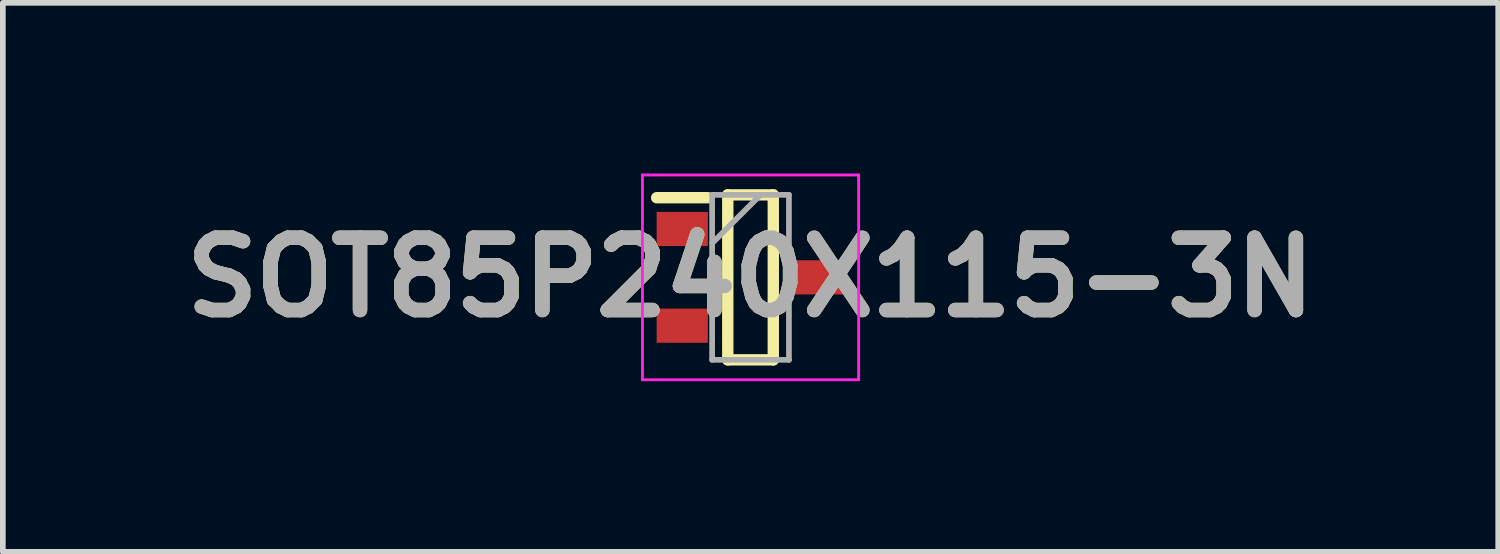
<source format=kicad_pcb>
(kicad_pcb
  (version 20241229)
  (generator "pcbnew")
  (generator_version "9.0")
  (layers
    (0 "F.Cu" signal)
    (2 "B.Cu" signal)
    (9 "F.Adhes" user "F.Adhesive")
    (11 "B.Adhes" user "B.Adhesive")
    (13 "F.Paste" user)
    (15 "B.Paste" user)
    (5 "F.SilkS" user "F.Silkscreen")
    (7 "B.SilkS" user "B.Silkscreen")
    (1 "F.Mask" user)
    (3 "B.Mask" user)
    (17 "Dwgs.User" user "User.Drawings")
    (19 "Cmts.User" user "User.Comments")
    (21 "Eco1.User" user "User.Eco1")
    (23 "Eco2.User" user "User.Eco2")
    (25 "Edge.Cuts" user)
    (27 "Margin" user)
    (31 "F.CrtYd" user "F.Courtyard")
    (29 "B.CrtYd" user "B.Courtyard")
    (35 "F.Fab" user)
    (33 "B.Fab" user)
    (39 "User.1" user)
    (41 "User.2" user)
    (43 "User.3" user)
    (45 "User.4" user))
  (footprint "SOT85P240X115-3N"
    (layer "F.Cu")
    (at 10.142 1.825)
    (property "Reference" "SOT85P240X115-3N" (at 0 0 0) (layer "F.SilkS") (effects (font (size 1.27 1.27) (thickness 0.254))))
    (attr smd)
    (fp_line (start -1.65 -1.4) (end -0.75 -1.4) (stroke (width 0.2) (type solid)) (layer "F.SilkS"))
    (fp_line (start -0.4 -1.45) (end 0.4 -1.45) (stroke (width 0.2) (type solid)) (layer "F.SilkS"))
    (fp_line (start -0.4 1.45) (end -0.4 -1.45) (stroke (width 0.2) (type solid)) (layer "F.SilkS"))
    (fp_line (start 0.4 -1.45) (end 0.4 1.45) (stroke (width 0.2) (type solid)) (layer "F.SilkS"))
    (fp_line (start 0.4 1.45) (end -0.4 1.45) (stroke (width 0.2) (type solid)) (layer "F.SilkS"))
    (fp_line (start -1.9 -1.8) (end 1.9 -1.8) (stroke (width 0.05) (type solid)) (layer "F.CrtYd"))
    (fp_line (start -1.9 1.8) (end -1.9 -1.8) (stroke (width 0.05) (type solid)) (layer "F.CrtYd"))
    (fp_line (start 1.9 -1.8) (end 1.9 1.8) (stroke (width 0.05) (type solid)) (layer "F.CrtYd"))
    (fp_line (start 1.9 1.8) (end -1.9 1.8) (stroke (width 0.05) (type solid)) (layer "F.CrtYd"))
    (fp_line (start -0.675 -1.45) (end 0.675 -1.45) (stroke (width 0.1) (type solid)) (layer "F.Fab"))
    (fp_line (start -0.675 -0.6) (end 0.175 -1.45) (stroke (width 0.1) (type solid)) (layer "F.Fab"))
    (fp_line (start -0.675 1.45) (end -0.675 -1.45) (stroke (width 0.1) (type solid)) (layer "F.Fab"))
    (fp_line (start 0.675 -1.45) (end 0.675 1.45) (stroke (width 0.1) (type solid)) (layer "F.Fab"))
    (fp_line (start 0.675 1.45) (end -0.675 1.45) (stroke (width 0.1) (type solid)) (layer "F.Fab"))
    (fp_text user "${REFERENCE}" (at 0 0 0) (layer "F.Fab") (effects (font (size 1.27 1.27) (thickness 0.254))))
    (pad "1" smd rect (at -1.2 -0.85 90) (size 0.6 0.9) (layers "F.Cu" "F.Mask" "F.Paste"))
    (pad "2" smd rect (at -1.2 0.85 90) (size 0.6 0.9) (layers "F.Cu" "F.Mask" "F.Paste"))
    (pad "3" smd rect (at 1.2 0 90) (size 0.6 0.9) (layers "F.Cu" "F.Mask" "F.Paste")))
  (gr_rect
    (start -3 -3)
    (end 23.284 6.65)
    (stroke (width 0.1) (type default))
    (fill no)
    (layer "Edge.Cuts")))
</source>
